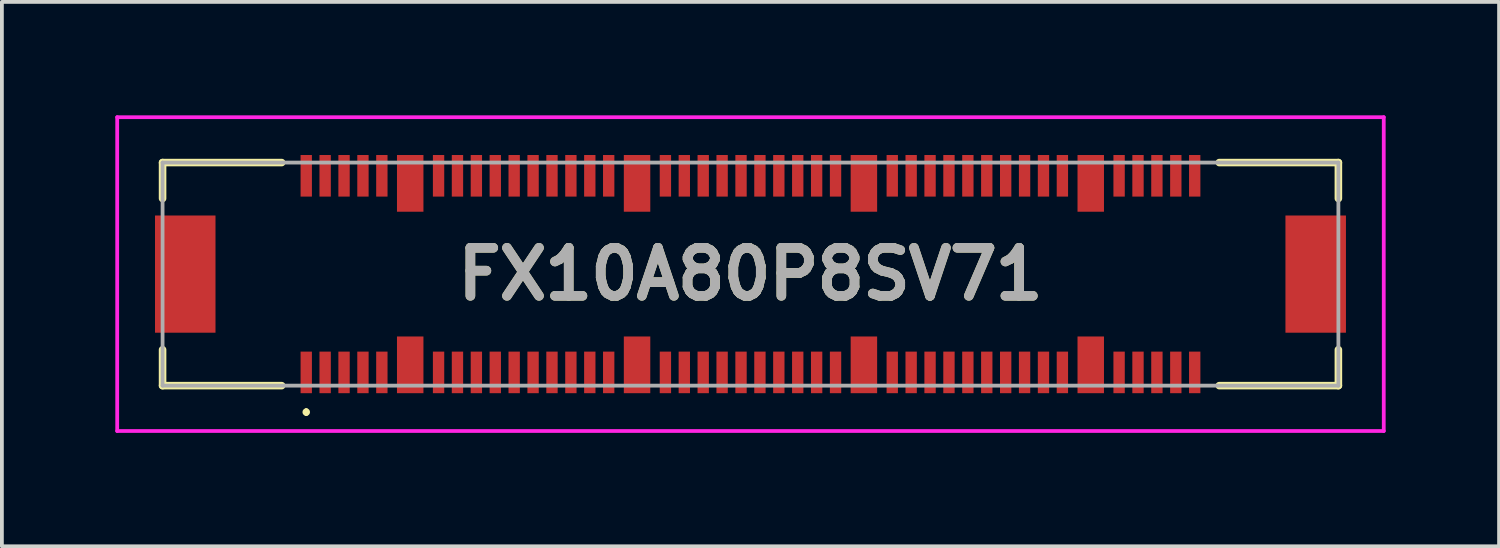
<source format=kicad_pcb>
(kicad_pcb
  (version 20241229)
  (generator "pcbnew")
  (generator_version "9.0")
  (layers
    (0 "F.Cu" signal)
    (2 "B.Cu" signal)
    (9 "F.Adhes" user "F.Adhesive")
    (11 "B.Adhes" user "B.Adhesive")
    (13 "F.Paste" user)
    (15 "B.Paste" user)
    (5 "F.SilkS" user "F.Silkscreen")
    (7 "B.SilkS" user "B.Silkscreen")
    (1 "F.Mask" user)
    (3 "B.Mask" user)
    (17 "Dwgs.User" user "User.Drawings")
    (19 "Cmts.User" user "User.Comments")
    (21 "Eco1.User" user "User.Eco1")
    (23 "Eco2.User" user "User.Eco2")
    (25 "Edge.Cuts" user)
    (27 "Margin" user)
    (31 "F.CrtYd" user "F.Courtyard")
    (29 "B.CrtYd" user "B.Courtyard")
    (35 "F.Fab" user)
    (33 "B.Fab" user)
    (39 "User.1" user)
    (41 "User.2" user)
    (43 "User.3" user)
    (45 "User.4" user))
  (footprint "FX10A80P8SV71"
    (layer "F.Cu")
    (at 16.8 4.2)
    (property "Reference" "FX10A80P8SV71" (at 0 0 0) (layer "F.SilkS") (effects (font (size 1.27 1.27) (thickness 0.254))))
    (attr through_hole)
    (fp_line (start -15.55 -2.95) (end -12.4 -2.95) (stroke (width 0.2) (type solid)) (layer "F.SilkS"))
    (fp_line (start -15.55 -2) (end -15.55 -2.95) (stroke (width 0.2) (type solid)) (layer "F.SilkS"))
    (fp_line (start -15.55 2) (end -15.55 2.95) (stroke (width 0.2) (type solid)) (layer "F.SilkS"))
    (fp_line (start -15.55 2.95) (end -12.4 2.95) (stroke (width 0.2) (type solid)) (layer "F.SilkS"))
    (fp_line (start -11.75 3.6) (end -11.75 3.6) (stroke (width 0.1) (type solid)) (layer "F.SilkS"))
    (fp_line (start -11.75 3.7) (end -11.75 3.7) (stroke (width 0.1) (type solid)) (layer "F.SilkS"))
    (fp_line (start 12.4 -2.95) (end 15.55 -2.95) (stroke (width 0.2) (type solid)) (layer "F.SilkS"))
    (fp_line (start 15.55 -2.95) (end 15.55 -2) (stroke (width 0.2) (type solid)) (layer "F.SilkS"))
    (fp_line (start 15.55 2) (end 15.55 2.95) (stroke (width 0.2) (type solid)) (layer "F.SilkS"))
    (fp_line (start 15.55 2.95) (end 12.4 2.95) (stroke (width 0.2) (type solid)) (layer "F.SilkS"))
    (fp_arc (start -11.75 3.6) (mid -11.7 3.65) (end -11.75 3.7) (stroke (width 0.1) (type solid)) (layer "F.SilkS"))
    (fp_arc (start -11.75 3.7) (mid -11.8 3.65) (end -11.75 3.6) (stroke (width 0.1) (type solid)) (layer "F.SilkS"))
    (fp_line (start -16.75 -4.15) (end 16.75 -4.15) (stroke (width 0.1) (type solid)) (layer "F.CrtYd"))
    (fp_line (start -16.75 4.15) (end -16.75 -4.15) (stroke (width 0.1) (type solid)) (layer "F.CrtYd"))
    (fp_line (start 16.75 -4.15) (end 16.75 4.15) (stroke (width 0.1) (type solid)) (layer "F.CrtYd"))
    (fp_line (start 16.75 4.15) (end -16.75 4.15) (stroke (width 0.1) (type solid)) (layer "F.CrtYd"))
    (fp_line (start -15.55 -2.95) (end 15.55 -2.95) (stroke (width 0.1) (type solid)) (layer "F.Fab"))
    (fp_line (start -15.55 2.95) (end -15.55 -2.95) (stroke (width 0.1) (type solid)) (layer "F.Fab"))
    (fp_line (start 15.55 -2.95) (end 15.55 2.95) (stroke (width 0.1) (type solid)) (layer "F.Fab"))
    (fp_line (start 15.55 2.95) (end -15.55 2.95) (stroke (width 0.1) (type solid)) (layer "F.Fab"))
    (fp_text user "${REFERENCE}" (at 0 0 0) (layer "F.Fab") (effects (font (size 1.27 1.27) (thickness 0.254))))
    (pad "" np_thru_hole circle (at -13.2 0) (size 0.001 0.001) (drill 1.1) (layers "*.Cu" "*.Mask"))
    (pad "" np_thru_hole circle (at 13.2 0) (size 0.001 0.001) (drill 1.2) (layers "*.Cu" "*.Mask"))
    (pad "1" smd rect (at -11.75 2.6) (size 0.3 1.1) (layers "F.Cu" "F.Mask" "F.Paste"))
    (pad "2" smd rect (at -11.75 -2.6) (size 0.3 1.1) (layers "F.Cu" "F.Mask" "F.Paste"))
    (pad "3" smd rect (at -11.25 2.6) (size 0.3 1.1) (layers "F.Cu" "F.Mask" "F.Paste"))
    (pad "4" smd rect (at -11.25 -2.6) (size 0.3 1.1) (layers "F.Cu" "F.Mask" "F.Paste"))
    (pad "5" smd rect (at -10.75 2.6) (size 0.3 1.1) (layers "F.Cu" "F.Mask" "F.Paste"))
    (pad "6" smd rect (at -10.75 -2.6) (size 0.3 1.1) (layers "F.Cu" "F.Mask" "F.Paste"))
    (pad "7" smd rect (at -10.25 2.6) (size 0.3 1.1) (layers "F.Cu" "F.Mask" "F.Paste"))
    (pad "8" smd rect (at -10.25 -2.6) (size 0.3 1.1) (layers "F.Cu" "F.Mask" "F.Paste"))
    (pad "9" smd rect (at -9.75 2.6) (size 0.3 1.1) (layers "F.Cu" "F.Mask" "F.Paste"))
    (pad "10" smd rect (at -9.75 -2.6) (size 0.3 1.1) (layers "F.Cu" "F.Mask" "F.Paste"))
    (pad "11" smd rect (at -8.25 2.6) (size 0.3 1.1) (layers "F.Cu" "F.Mask" "F.Paste"))
    (pad "12" smd rect (at -8.25 -2.6) (size 0.3 1.1) (layers "F.Cu" "F.Mask" "F.Paste"))
    (pad "13" smd rect (at -7.75 2.6) (size 0.3 1.1) (layers "F.Cu" "F.Mask" "F.Paste"))
    (pad "14" smd rect (at -7.75 -2.6) (size 0.3 1.1) (layers "F.Cu" "F.Mask" "F.Paste"))
    (pad "15" smd rect (at -7.25 2.6) (size 0.3 1.1) (layers "F.Cu" "F.Mask" "F.Paste"))
    (pad "16" smd rect (at -7.25 -2.6) (size 0.3 1.1) (layers "F.Cu" "F.Mask" "F.Paste"))
    (pad "17" smd rect (at -6.75 2.6) (size 0.3 1.1) (layers "F.Cu" "F.Mask" "F.Paste"))
    (pad "18" smd rect (at -6.75 -2.6) (size 0.3 1.1) (layers "F.Cu" "F.Mask" "F.Paste"))
    (pad "19" smd rect (at -6.25 2.6) (size 0.3 1.1) (layers "F.Cu" "F.Mask" "F.Paste"))
    (pad "20" smd rect (at -6.25 -2.6) (size 0.3 1.1) (layers "F.Cu" "F.Mask" "F.Paste"))
    (pad "21" smd rect (at -5.75 2.6) (size 0.3 1.1) (layers "F.Cu" "F.Mask" "F.Paste"))
    (pad "22" smd rect (at -5.75 -2.6) (size 0.3 1.1) (layers "F.Cu" "F.Mask" "F.Paste"))
    (pad "23" smd rect (at -5.25 2.6) (size 0.3 1.1) (layers "F.Cu" "F.Mask" "F.Paste"))
    (pad "24" smd rect (at -5.25 -2.6) (size 0.3 1.1) (layers "F.Cu" "F.Mask" "F.Paste"))
    (pad "25" smd rect (at -4.75 2.6) (size 0.3 1.1) (layers "F.Cu" "F.Mask" "F.Paste"))
    (pad "26" smd rect (at -4.75 -2.6) (size 0.3 1.1) (layers "F.Cu" "F.Mask" "F.Paste"))
    (pad "27" smd rect (at -4.25 2.6) (size 0.3 1.1) (layers "F.Cu" "F.Mask" "F.Paste"))
    (pad "28" smd rect (at -4.25 -2.6) (size 0.3 1.1) (layers "F.Cu" "F.Mask" "F.Paste"))
    (pad "29" smd rect (at -3.75 2.6) (size 0.3 1.1) (layers "F.Cu" "F.Mask" "F.Paste"))
    (pad "30" smd rect (at -3.75 -2.6) (size 0.3 1.1) (layers "F.Cu" "F.Mask" "F.Paste"))
    (pad "31" smd rect (at -2.25 2.6) (size 0.3 1.1) (layers "F.Cu" "F.Mask" "F.Paste"))
    (pad "32" smd rect (at -2.25 -2.6) (size 0.3 1.1) (layers "F.Cu" "F.Mask" "F.Paste"))
    (pad "33" smd rect (at -1.75 2.6) (size 0.3 1.1) (layers "F.Cu" "F.Mask" "F.Paste"))
    (pad "34" smd rect (at -1.75 -2.6) (size 0.3 1.1) (layers "F.Cu" "F.Mask" "F.Paste"))
    (pad "35" smd rect (at -1.25 2.6) (size 0.3 1.1) (layers "F.Cu" "F.Mask" "F.Paste"))
    (pad "36" smd rect (at -1.25 -2.6) (size 0.3 1.1) (layers "F.Cu" "F.Mask" "F.Paste"))
    (pad "37" smd rect (at -0.75 2.6) (size 0.3 1.1) (layers "F.Cu" "F.Mask" "F.Paste"))
    (pad "38" smd rect (at -0.75 -2.6) (size 0.3 1.1) (layers "F.Cu" "F.Mask" "F.Paste"))
    (pad "39" smd rect (at -0.25 2.6) (size 0.3 1.1) (layers "F.Cu" "F.Mask" "F.Paste"))
    (pad "40" smd rect (at -0.25 -2.6) (size 0.3 1.1) (layers "F.Cu" "F.Mask" "F.Paste"))
    (pad "41" smd rect (at 0.25 2.6) (size 0.3 1.1) (layers "F.Cu" "F.Mask" "F.Paste"))
    (pad "42" smd rect (at 0.25 -2.6) (size 0.3 1.1) (layers "F.Cu" "F.Mask" "F.Paste"))
    (pad "43" smd rect (at 0.75 2.6) (size 0.3 1.1) (layers "F.Cu" "F.Mask" "F.Paste"))
    (pad "44" smd rect (at 0.75 -2.6) (size 0.3 1.1) (layers "F.Cu" "F.Mask" "F.Paste"))
    (pad "45" smd rect (at 1.25 2.6) (size 0.3 1.1) (layers "F.Cu" "F.Mask" "F.Paste"))
    (pad "46" smd rect (at 1.25 -2.6) (size 0.3 1.1) (layers "F.Cu" "F.Mask" "F.Paste"))
    (pad "47" smd rect (at 1.75 2.6) (size 0.3 1.1) (layers "F.Cu" "F.Mask" "F.Paste"))
    (pad "48" smd rect (at 1.75 -2.6) (size 0.3 1.1) (layers "F.Cu" "F.Mask" "F.Paste"))
    (pad "49" smd rect (at 2.25 2.6) (size 0.3 1.1) (layers "F.Cu" "F.Mask" "F.Paste"))
    (pad "50" smd rect (at 2.25 -2.6) (size 0.3 1.1) (layers "F.Cu" "F.Mask" "F.Paste"))
    (pad "51" smd rect (at 3.75 2.6) (size 0.3 1.1) (layers "F.Cu" "F.Mask" "F.Paste"))
    (pad "52" smd rect (at 3.75 -2.6) (size 0.3 1.1) (layers "F.Cu" "F.Mask" "F.Paste"))
    (pad "53" smd rect (at 4.25 2.6) (size 0.3 1.1) (layers "F.Cu" "F.Mask" "F.Paste"))
    (pad "54" smd rect (at 4.25 -2.6) (size 0.3 1.1) (layers "F.Cu" "F.Mask" "F.Paste"))
    (pad "55" smd rect (at 4.75 2.6) (size 0.3 1.1) (layers "F.Cu" "F.Mask" "F.Paste"))
    (pad "56" smd rect (at 4.75 -2.6) (size 0.3 1.1) (layers "F.Cu" "F.Mask" "F.Paste"))
    (pad "57" smd rect (at 5.25 2.6) (size 0.3 1.1) (layers "F.Cu" "F.Mask" "F.Paste"))
    (pad "58" smd rect (at 5.25 -2.6) (size 0.3 1.1) (layers "F.Cu" "F.Mask" "F.Paste"))
    (pad "59" smd rect (at 5.75 2.6) (size 0.3 1.1) (layers "F.Cu" "F.Mask" "F.Paste"))
    (pad "60" smd rect (at 5.75 -2.6) (size 0.3 1.1) (layers "F.Cu" "F.Mask" "F.Paste"))
    (pad "61" smd rect (at 6.25 2.6) (size 0.3 1.1) (layers "F.Cu" "F.Mask" "F.Paste"))
    (pad "62" smd rect (at 6.25 -2.6) (size 0.3 1.1) (layers "F.Cu" "F.Mask" "F.Paste"))
    (pad "63" smd rect (at 6.75 2.6) (size 0.3 1.1) (layers "F.Cu" "F.Mask" "F.Paste"))
    (pad "64" smd rect (at 6.75 -2.6) (size 0.3 1.1) (layers "F.Cu" "F.Mask" "F.Paste"))
    (pad "65" smd rect (at 7.25 2.6) (size 0.3 1.1) (layers "F.Cu" "F.Mask" "F.Paste"))
    (pad "66" smd rect (at 7.25 -2.6) (size 0.3 1.1) (layers "F.Cu" "F.Mask" "F.Paste"))
    (pad "67" smd rect (at 7.75 2.6) (size 0.3 1.1) (layers "F.Cu" "F.Mask" "F.Paste"))
    (pad "68" smd rect (at 7.75 -2.6) (size 0.3 1.1) (layers "F.Cu" "F.Mask" "F.Paste"))
    (pad "69" smd rect (at 8.25 2.6) (size 0.3 1.1) (layers "F.Cu" "F.Mask" "F.Paste"))
    (pad "70" smd rect (at 8.25 -2.6) (size 0.3 1.1) (layers "F.Cu" "F.Mask" "F.Paste"))
    (pad "71" smd rect (at 9.75 2.6) (size 0.3 1.1) (layers "F.Cu" "F.Mask" "F.Paste"))
    (pad "72" smd rect (at 9.75 -2.6) (size 0.3 1.1) (layers "F.Cu" "F.Mask" "F.Paste"))
    (pad "73" smd rect (at 10.25 2.6) (size 0.3 1.1) (layers "F.Cu" "F.Mask" "F.Paste"))
    (pad "74" smd rect (at 10.25 -2.6) (size 0.3 1.1) (layers "F.Cu" "F.Mask" "F.Paste"))
    (pad "75" smd rect (at 10.75 2.6) (size 0.3 1.1) (layers "F.Cu" "F.Mask" "F.Paste"))
    (pad "76" smd rect (at 10.75 -2.6) (size 0.3 1.1) (layers "F.Cu" "F.Mask" "F.Paste"))
    (pad "77" smd rect (at 11.25 2.6) (size 0.3 1.1) (layers "F.Cu" "F.Mask" "F.Paste"))
    (pad "78" smd rect (at 11.25 -2.6) (size 0.3 1.1) (layers "F.Cu" "F.Mask" "F.Paste"))
    (pad "79" smd rect (at 11.75 2.6) (size 0.3 1.1) (layers "F.Cu" "F.Mask" "F.Paste"))
    (pad "80" smd rect (at 11.75 -2.6) (size 0.3 1.1) (layers "F.Cu" "F.Mask" "F.Paste"))
    (pad "81" smd rect (at -9 2.4) (size 0.7 1.5) (layers "F.Cu" "F.Mask" "F.Paste"))
    (pad "82" smd rect (at -9 -2.4) (size 0.7 1.5) (layers "F.Cu" "F.Mask" "F.Paste"))
    (pad "83" smd rect (at -3 2.4) (size 0.7 1.5) (layers "F.Cu" "F.Mask" "F.Paste"))
    (pad "84" smd rect (at -3 -2.4) (size 0.7 1.5) (layers "F.Cu" "F.Mask" "F.Paste"))
    (pad "85" smd rect (at 3 2.4) (size 0.7 1.5) (layers "F.Cu" "F.Mask" "F.Paste"))
    (pad "86" smd rect (at 3 -2.4) (size 0.7 1.5) (layers "F.Cu" "F.Mask" "F.Paste"))
    (pad "87" smd rect (at 9 2.4) (size 0.7 1.5) (layers "F.Cu" "F.Mask" "F.Paste"))
    (pad "88" smd rect (at 9 -2.4) (size 0.7 1.5) (layers "F.Cu" "F.Mask" "F.Paste"))
    (pad "MP1" smd rect (at -14.95 0) (size 1.6 3.1) (layers "F.Cu" "F.Mask" "F.Paste"))
    (pad "MP2" smd rect (at 14.95 0) (size 1.6 3.1) (layers "F.Cu" "F.Mask" "F.Paste")))
  (gr_rect
    (start -3 -3)
    (end 36.6 11.4)
    (stroke (width 0.1) (type default))
    (fill no)
    (layer "Edge.Cuts")))
</source>
